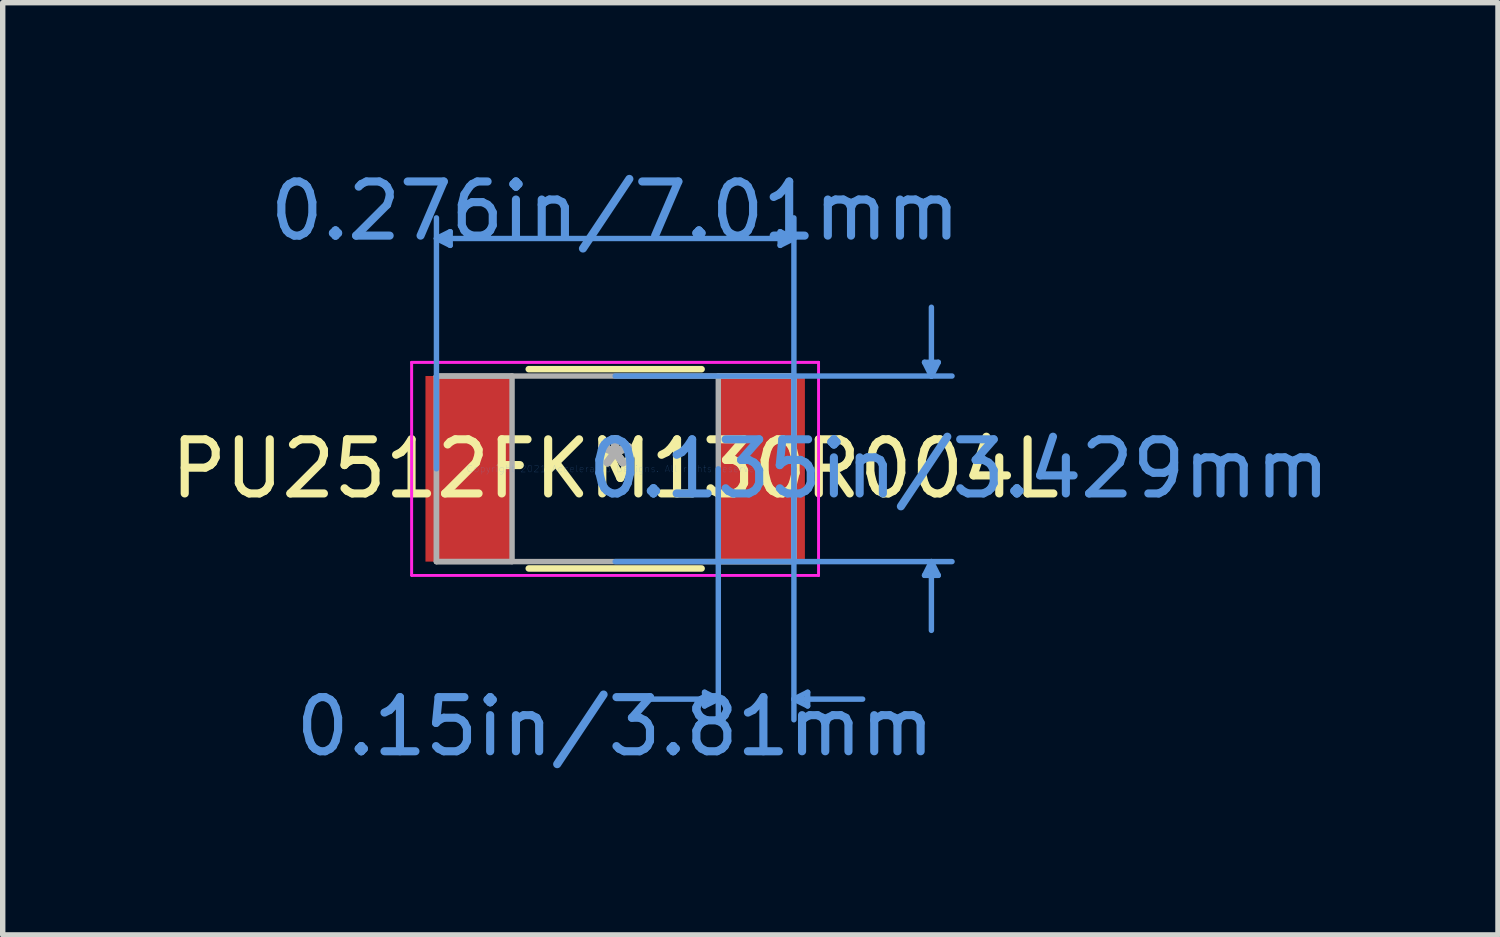
<source format=kicad_pcb>
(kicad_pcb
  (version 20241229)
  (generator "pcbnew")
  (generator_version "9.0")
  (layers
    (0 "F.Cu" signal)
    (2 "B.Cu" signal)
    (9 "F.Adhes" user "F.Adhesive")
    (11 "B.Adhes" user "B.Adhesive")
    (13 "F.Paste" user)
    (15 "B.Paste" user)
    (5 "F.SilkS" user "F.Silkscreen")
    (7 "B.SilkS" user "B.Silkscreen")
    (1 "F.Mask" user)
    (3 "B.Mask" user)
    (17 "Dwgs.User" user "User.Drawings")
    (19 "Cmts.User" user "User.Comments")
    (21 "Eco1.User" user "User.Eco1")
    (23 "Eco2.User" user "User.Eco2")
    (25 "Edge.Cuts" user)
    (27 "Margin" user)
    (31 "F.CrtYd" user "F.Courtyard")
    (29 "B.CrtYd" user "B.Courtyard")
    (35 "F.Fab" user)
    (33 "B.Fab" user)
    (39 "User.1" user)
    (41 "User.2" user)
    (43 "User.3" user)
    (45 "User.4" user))
  (footprint "PU2512FKM130R004L"
    (layer "F.Cu")
    (at 8.315 5.611)
    (property "Reference" "PU2512FKM130R004L" (at 0 0 0) (layer "F.SilkS") (effects (font (size 1 1) (thickness 0.15))))
    (attr through_hole)
    (fp_line (start -1.597 1.841) (end 1.597 1.841) (stroke (width 0.12) (type solid)) (layer "F.SilkS"))
    (fp_line (start 1.597 -1.841) (end -1.597 -1.841) (stroke (width 0.12) (type solid)) (layer "F.SilkS"))
    (fp_line (start -3.302 -4.255) (end -3.048 -4.381) (stroke (width 0.1) (type solid)) (layer "Cmts.User"))
    (fp_line (start -3.302 -4.255) (end -3.048 -4.128) (stroke (width 0.1) (type solid)) (layer "Cmts.User"))
    (fp_line (start -3.302 -4.255) (end 3.302 -4.255) (stroke (width 0.1) (type solid)) (layer "Cmts.User"))
    (fp_line (start -3.302 0) (end -3.302 -4.636) (stroke (width 0.1) (type solid)) (layer "Cmts.User"))
    (fp_line (start -3.048 -4.381) (end -3.048 -4.128) (stroke (width 0.1) (type solid)) (layer "Cmts.User"))
    (fp_line (start 0 -1.714) (end 6.223 -1.714) (stroke (width 0.1) (type solid)) (layer "Cmts.User"))
    (fp_line (start 0 1.714) (end 6.223 1.714) (stroke (width 0.1) (type solid)) (layer "Cmts.User"))
    (fp_line (start 1.651 4.128) (end 1.651 4.381) (stroke (width 0.1) (type solid)) (layer "Cmts.User"))
    (fp_line (start 1.905 0) (end 1.905 4.636) (stroke (width 0.1) (type solid)) (layer "Cmts.User"))
    (fp_line (start 1.905 4.255) (end 0.635 4.255) (stroke (width 0.1) (type solid)) (layer "Cmts.User"))
    (fp_line (start 1.905 4.255) (end 1.651 4.128) (stroke (width 0.1) (type solid)) (layer "Cmts.User"))
    (fp_line (start 1.905 4.255) (end 1.651 4.381) (stroke (width 0.1) (type solid)) (layer "Cmts.User"))
    (fp_line (start 3.048 -4.381) (end 3.048 -4.128) (stroke (width 0.1) (type solid)) (layer "Cmts.User"))
    (fp_line (start 3.302 -4.255) (end 3.048 -4.381) (stroke (width 0.1) (type solid)) (layer "Cmts.User"))
    (fp_line (start 3.302 -4.255) (end 3.048 -4.128) (stroke (width 0.1) (type solid)) (layer "Cmts.User"))
    (fp_line (start 3.302 0) (end 3.302 -4.636) (stroke (width 0.1) (type solid)) (layer "Cmts.User"))
    (fp_line (start 3.302 0) (end 3.302 4.636) (stroke (width 0.1) (type solid)) (layer "Cmts.User"))
    (fp_line (start 3.302 4.255) (end 3.556 4.128) (stroke (width 0.1) (type solid)) (layer "Cmts.User"))
    (fp_line (start 3.302 4.255) (end 3.556 4.381) (stroke (width 0.1) (type solid)) (layer "Cmts.User"))
    (fp_line (start 3.302 4.255) (end 4.572 4.255) (stroke (width 0.1) (type solid)) (layer "Cmts.User"))
    (fp_line (start 3.556 4.128) (end 3.556 4.381) (stroke (width 0.1) (type solid)) (layer "Cmts.User"))
    (fp_line (start 5.715 -1.968) (end 5.969 -1.968) (stroke (width 0.1) (type solid)) (layer "Cmts.User"))
    (fp_line (start 5.715 1.968) (end 5.969 1.968) (stroke (width 0.1) (type solid)) (layer "Cmts.User"))
    (fp_line (start 5.842 -1.714) (end 5.715 -1.968) (stroke (width 0.1) (type solid)) (layer "Cmts.User"))
    (fp_line (start 5.842 -1.714) (end 5.842 -2.985) (stroke (width 0.1) (type solid)) (layer "Cmts.User"))
    (fp_line (start 5.842 -1.714) (end 5.969 -1.968) (stroke (width 0.1) (type solid)) (layer "Cmts.User"))
    (fp_line (start 5.842 1.714) (end 5.715 1.968) (stroke (width 0.1) (type solid)) (layer "Cmts.User"))
    (fp_line (start 5.842 1.714) (end 5.842 2.985) (stroke (width 0.1) (type solid)) (layer "Cmts.User"))
    (fp_line (start 5.842 1.714) (end 5.969 1.968) (stroke (width 0.1) (type solid)) (layer "Cmts.User"))
    (fp_line (start -3.759 -1.968) (end 3.759 -1.968) (stroke (width 0.05) (type solid)) (layer "F.CrtYd"))
    (fp_line (start -3.759 -1.968) (end 3.759 -1.968) (stroke (width 0.05) (type solid)) (layer "F.CrtYd"))
    (fp_line (start -3.759 1.968) (end -3.759 -1.968) (stroke (width 0.05) (type solid)) (layer "F.CrtYd"))
    (fp_line (start -3.759 1.968) (end -3.759 -1.968) (stroke (width 0.05) (type solid)) (layer "F.CrtYd"))
    (fp_line (start 3.759 -1.968) (end 3.759 1.968) (stroke (width 0.05) (type solid)) (layer "F.CrtYd"))
    (fp_line (start 3.759 -1.968) (end 3.759 1.968) (stroke (width 0.05) (type solid)) (layer "F.CrtYd"))
    (fp_line (start 3.759 1.968) (end -3.759 1.968) (stroke (width 0.05) (type solid)) (layer "F.CrtYd"))
    (fp_line (start 3.759 1.968) (end -3.759 1.968) (stroke (width 0.05) (type solid)) (layer "F.CrtYd"))
    (fp_line (start -3.302 -1.714) (end -3.302 1.714) (stroke (width 0.1) (type solid)) (layer "F.Fab"))
    (fp_line (start -3.302 -1.714) (end -3.302 1.714) (stroke (width 0.1) (type solid)) (layer "F.Fab"))
    (fp_line (start -3.302 1.714) (end -1.905 1.714) (stroke (width 0.1) (type solid)) (layer "F.Fab"))
    (fp_line (start -3.302 1.714) (end 3.302 1.714) (stroke (width 0.1) (type solid)) (layer "F.Fab"))
    (fp_line (start -1.905 -1.714) (end -3.302 -1.714) (stroke (width 0.1) (type solid)) (layer "F.Fab"))
    (fp_line (start -1.905 1.714) (end -1.905 -1.714) (stroke (width 0.1) (type solid)) (layer "F.Fab"))
    (fp_line (start 1.905 -1.714) (end 1.905 1.714) (stroke (width 0.1) (type solid)) (layer "F.Fab"))
    (fp_line (start 1.905 1.714) (end 3.302 1.714) (stroke (width 0.1) (type solid)) (layer "F.Fab"))
    (fp_line (start 3.302 -1.714) (end -3.302 -1.714) (stroke (width 0.1) (type solid)) (layer "F.Fab"))
    (fp_line (start 3.302 -1.714) (end 1.905 -1.714) (stroke (width 0.1) (type solid)) (layer "F.Fab"))
    (fp_line (start 3.302 1.714) (end 3.302 -1.714) (stroke (width 0.1) (type solid)) (layer "F.Fab"))
    (fp_line (start 3.302 1.714) (end 3.302 -1.714) (stroke (width 0.1) (type solid)) (layer "F.Fab"))
    (fp_text user "*" (at 0 0 0) (layer "F.SilkS") (effects (font (size 1 1) (thickness 0.15))))
    (fp_text user "0.135in/3.429mm" (at 6.35 0 0) (layer "Cmts.User") (effects (font (size 1 1) (thickness 0.15))))
    (fp_text user "Copyright 2021 Accelerated Designs. All rights reserved." (at 0 0 0) (layer "Cmts.User") (effects (font (size 0.127 0.127) (thickness 0.002))))
    (fp_text user "0.276in/7.01mm" (at 0 -4.763 0) (layer "Cmts.User") (effects (font (size 1 1) (thickness 0.15))))
    (fp_text user "0.15in/3.81mm" (at 0 4.763 0) (layer "Cmts.User") (effects (font (size 1 1) (thickness 0.15))))
    (fp_text user "*" (at 0 0 0) (layer "F.Fab") (effects (font (size 1 1) (thickness 0.15))))
    (pad "1" smd rect (at -2.705 0) (size 1.6 3.429) (layers "F.Cu" "F.Mask" "F.Paste"))
    (pad "2" smd rect (at 2.705 0) (size 1.6 3.429) (layers "F.Cu" "F.Mask" "F.Paste")))
  (gr_rect
    (start -3 -3)
    (end 24.624 14.222)
    (stroke (width 0.1) (type default))
    (fill no)
    (layer "Edge.Cuts")))
</source>
